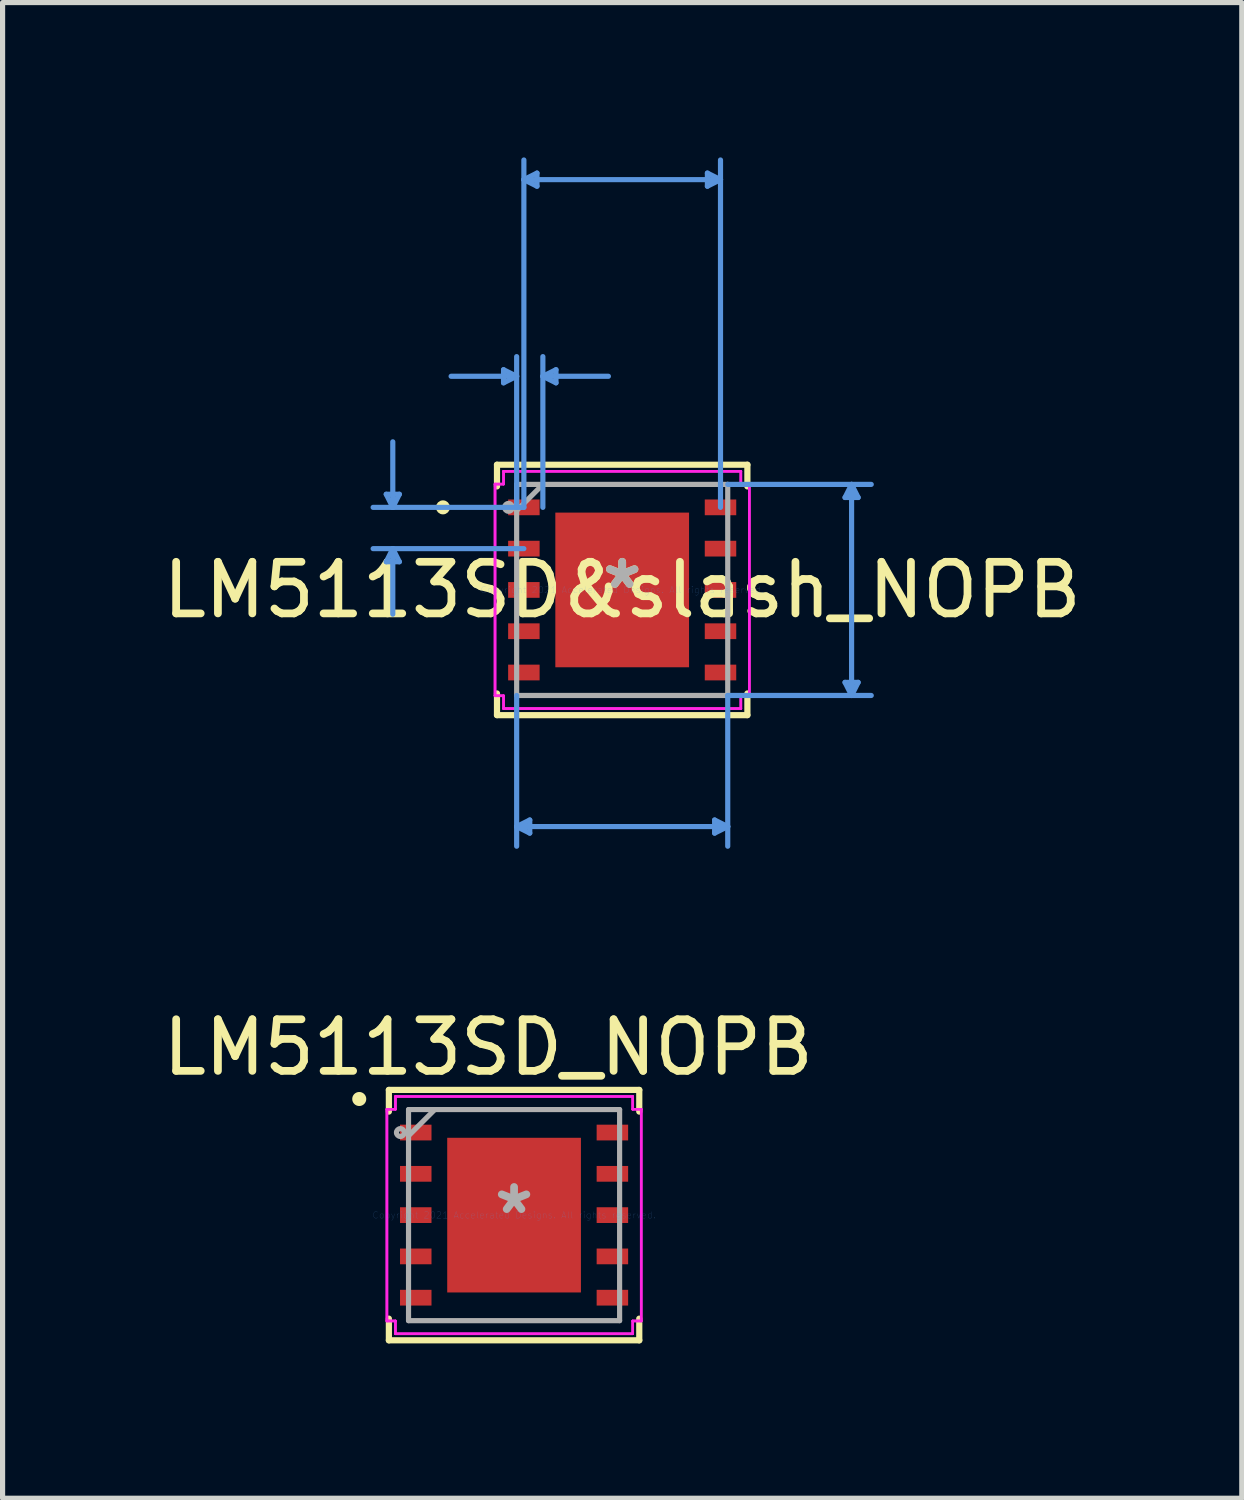
<source format=kicad_pcb>
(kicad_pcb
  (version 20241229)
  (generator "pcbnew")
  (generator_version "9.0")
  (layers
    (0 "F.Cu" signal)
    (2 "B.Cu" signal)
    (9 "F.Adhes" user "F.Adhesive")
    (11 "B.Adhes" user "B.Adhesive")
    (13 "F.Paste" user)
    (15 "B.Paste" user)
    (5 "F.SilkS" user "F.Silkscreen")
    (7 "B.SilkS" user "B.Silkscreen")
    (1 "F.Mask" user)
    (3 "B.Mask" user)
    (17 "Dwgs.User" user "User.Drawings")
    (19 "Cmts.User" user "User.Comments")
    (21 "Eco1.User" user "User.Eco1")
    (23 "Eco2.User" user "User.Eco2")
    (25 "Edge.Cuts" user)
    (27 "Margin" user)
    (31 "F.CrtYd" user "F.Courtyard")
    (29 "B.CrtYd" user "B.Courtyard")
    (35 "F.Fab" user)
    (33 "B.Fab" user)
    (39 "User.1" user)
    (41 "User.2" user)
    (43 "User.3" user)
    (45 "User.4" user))
  (footprint "LM5113SD_NOPB"
    (layer "F.Cu")
    (at 6.911 20.495)
    (property "Reference" "LM5113SD_NOPB" (at -0.5 -3.25 0) (layer "F.SilkS") (effects (font (size 1 1) (thickness 0.15))))
    (attr through_hole)
    (fp_line (start -2.426 -2.426) (end -2.426 -2.006) (stroke (width 0.12) (type solid)) (layer "F.SilkS"))
    (fp_line (start -2.426 2.006) (end -2.426 2.426) (stroke (width 0.12) (type solid)) (layer "F.SilkS"))
    (fp_line (start -2.426 2.426) (end 2.426 2.426) (stroke (width 0.12) (type solid)) (layer "F.SilkS"))
    (fp_line (start 2.426 -2.426) (end -2.426 -2.426) (stroke (width 0.12) (type solid)) (layer "F.SilkS"))
    (fp_line (start 2.426 -2.006) (end 2.426 -2.426) (stroke (width 0.12) (type solid)) (layer "F.SilkS"))
    (fp_line (start 2.426 2.426) (end 2.426 2.006) (stroke (width 0.12) (type solid)) (layer "F.SilkS"))
    (fp_circle (center -3 -2.25) (end -2.924 -2.25) (stroke (width 0.12) (type solid)) (fill yes) (layer "F.SilkS"))
    (fp_poly (pts (xy -2.413 -1.752) (xy -2.413 -1.448) (xy -1.803 -1.448) (xy -1.803 -1.752)) (stroke (width 0.1) (type solid)) (fill yes) (layer "F.Paste"))
    (fp_poly (pts (xy -2.413 -0.952) (xy -2.413 -0.648) (xy -1.803 -0.648) (xy -1.803 -0.952)) (stroke (width 0.1) (type solid)) (fill yes) (layer "F.Paste"))
    (fp_poly (pts (xy -2.413 -0.152) (xy -2.413 0.152) (xy -1.803 0.152) (xy -1.803 -0.152)) (stroke (width 0.1) (type solid)) (fill yes) (layer "F.Paste"))
    (fp_poly (pts (xy -2.413 0.648) (xy -2.413 0.952) (xy -1.803 0.952) (xy -1.803 0.648)) (stroke (width 0.1) (type solid)) (fill yes) (layer "F.Paste"))
    (fp_poly (pts (xy -2.413 1.448) (xy -2.413 1.752) (xy -1.803 1.752) (xy -1.803 1.448)) (stroke (width 0.1) (type solid)) (fill yes) (layer "F.Paste"))
    (fp_poly (pts (xy -1.192 -1.395) (xy -1.192 -0.1) (xy -0.1 -0.1) (xy -0.1 -1.395)) (stroke (width 0.1) (type solid)) (fill yes) (layer "F.Paste"))
    (fp_poly (pts (xy -1.192 0.1) (xy -1.192 1.395) (xy -0.1 1.395) (xy -0.1 0.1)) (stroke (width 0.1) (type solid)) (fill yes) (layer "F.Paste"))
    (fp_poly (pts (xy 0.1 -1.395) (xy 0.1 -0.1) (xy 1.192 -0.1) (xy 1.192 -1.395)) (stroke (width 0.1) (type solid)) (fill yes) (layer "F.Paste"))
    (fp_poly (pts (xy 0.1 0.1) (xy 0.1 1.395) (xy 1.192 1.395) (xy 1.192 0.1)) (stroke (width 0.1) (type solid)) (fill yes) (layer "F.Paste"))
    (fp_poly (pts (xy 1.803 -1.752) (xy 1.803 -1.448) (xy 2.413 -1.448) (xy 2.413 -1.752)) (stroke (width 0.1) (type solid)) (fill yes) (layer "F.Paste"))
    (fp_poly (pts (xy 1.803 -0.952) (xy 1.803 -0.648) (xy 2.413 -0.648) (xy 2.413 -0.952)) (stroke (width 0.1) (type solid)) (fill yes) (layer "F.Paste"))
    (fp_poly (pts (xy 1.803 -0.152) (xy 1.803 0.152) (xy 2.413 0.152) (xy 2.413 -0.152)) (stroke (width 0.1) (type solid)) (fill yes) (layer "F.Paste"))
    (fp_poly (pts (xy 1.803 0.648) (xy 1.803 0.952) (xy 2.413 0.952) (xy 2.413 0.648)) (stroke (width 0.1) (type solid)) (fill yes) (layer "F.Paste"))
    (fp_poly (pts (xy 1.803 1.448) (xy 1.803 1.752) (xy 2.413 1.752) (xy 2.413 1.448)) (stroke (width 0.1) (type solid)) (fill yes) (layer "F.Paste"))
    (fp_line (start -2.464 -2.051) (end -2.299 -2.051) (stroke (width 0.05) (type solid)) (layer "F.CrtYd"))
    (fp_line (start -2.464 -2.051) (end -2.299 -2.051) (stroke (width 0.05) (type solid)) (layer "F.CrtYd"))
    (fp_line (start -2.464 2.051) (end -2.464 -2.051) (stroke (width 0.05) (type solid)) (layer "F.CrtYd"))
    (fp_line (start -2.464 2.051) (end -2.464 -2.051) (stroke (width 0.05) (type solid)) (layer "F.CrtYd"))
    (fp_line (start -2.464 2.051) (end -2.299 2.051) (stroke (width 0.05) (type solid)) (layer "F.CrtYd"))
    (fp_line (start -2.299 -2.299) (end 2.299 -2.299) (stroke (width 0.05) (type solid)) (layer "F.CrtYd"))
    (fp_line (start -2.299 -2.299) (end 2.299 -2.299) (stroke (width 0.05) (type solid)) (layer "F.CrtYd"))
    (fp_line (start -2.299 -2.051) (end -2.299 -2.299) (stroke (width 0.05) (type solid)) (layer "F.CrtYd"))
    (fp_line (start -2.299 -2.051) (end -2.299 -2.299) (stroke (width 0.05) (type solid)) (layer "F.CrtYd"))
    (fp_line (start -2.299 2.051) (end -2.464 2.051) (stroke (width 0.05) (type solid)) (layer "F.CrtYd"))
    (fp_line (start -2.299 2.299) (end -2.299 2.051) (stroke (width 0.05) (type solid)) (layer "F.CrtYd"))
    (fp_line (start -2.299 2.299) (end -2.299 2.051) (stroke (width 0.05) (type solid)) (layer "F.CrtYd"))
    (fp_line (start 2.299 -2.299) (end 2.299 -2.051) (stroke (width 0.05) (type solid)) (layer "F.CrtYd"))
    (fp_line (start 2.299 -2.299) (end 2.299 -2.051) (stroke (width 0.05) (type solid)) (layer "F.CrtYd"))
    (fp_line (start 2.299 -2.051) (end 2.464 -2.051) (stroke (width 0.05) (type solid)) (layer "F.CrtYd"))
    (fp_line (start 2.299 2.051) (end 2.299 2.299) (stroke (width 0.05) (type solid)) (layer "F.CrtYd"))
    (fp_line (start 2.299 2.051) (end 2.299 2.299) (stroke (width 0.05) (type solid)) (layer "F.CrtYd"))
    (fp_line (start 2.299 2.299) (end -2.299 2.299) (stroke (width 0.05) (type solid)) (layer "F.CrtYd"))
    (fp_line (start 2.299 2.299) (end -2.299 2.299) (stroke (width 0.05) (type solid)) (layer "F.CrtYd"))
    (fp_line (start 2.464 -2.051) (end 2.299 -2.051) (stroke (width 0.05) (type solid)) (layer "F.CrtYd"))
    (fp_line (start 2.464 -2.051) (end 2.464 2.051) (stroke (width 0.05) (type solid)) (layer "F.CrtYd"))
    (fp_line (start 2.464 -2.051) (end 2.464 2.051) (stroke (width 0.05) (type solid)) (layer "F.CrtYd"))
    (fp_line (start 2.464 2.051) (end 2.299 2.051) (stroke (width 0.05) (type solid)) (layer "F.CrtYd"))
    (fp_line (start 2.464 2.051) (end 2.299 2.051) (stroke (width 0.05) (type solid)) (layer "F.CrtYd"))
    (fp_line (start -2.045 -2.045) (end -2.045 2.045) (stroke (width 0.1) (type solid)) (layer "F.Fab"))
    (fp_line (start -2.045 2.045) (end 2.045 2.045) (stroke (width 0.1) (type solid)) (layer "F.Fab"))
    (fp_line (start -1.537 -2.045) (end -2.045 -1.537) (stroke (width 0.1) (type solid)) (layer "F.Fab"))
    (fp_line (start 2.045 -2.045) (end -2.045 -2.045) (stroke (width 0.1) (type solid)) (layer "F.Fab"))
    (fp_line (start 2.045 2.045) (end 2.045 -2.045) (stroke (width 0.1) (type solid)) (layer "F.Fab"))
    (fp_circle (center -2.203 -1.6) (end -2.127 -1.6) (stroke (width 0.1) (type solid)) (fill no) (layer "F.Fab"))
    (fp_text user "Copyright 2021 Accelerated Designs. All rights reserved." (at 0 0 0) (layer "Cmts.User") (effects (font (size 0.127 0.127) (thickness 0.002))))
    (fp_text user "*" (at 0 0 0) (layer "F.Fab") (effects (font (size 1 1) (thickness 0.15))))
    (pad "1" smd rect (at -1.905 -1.6) (size 0.61 0.305) (layers "F.Cu" "F.Mask"))
    (pad "2" smd rect (at -1.905 -0.8) (size 0.61 0.305) (layers "F.Cu" "F.Mask"))
    (pad "3" smd rect (at -1.905 0) (size 0.61 0.305) (layers "F.Cu" "F.Mask"))
    (pad "4" smd rect (at -1.905 0.8) (size 0.61 0.305) (layers "F.Cu" "F.Mask"))
    (pad "5" smd rect (at -1.905 1.6) (size 0.61 0.305) (layers "F.Cu" "F.Mask"))
    (pad "6" smd rect (at 1.905 1.6) (size 0.61 0.305) (layers "F.Cu" "F.Mask"))
    (pad "7" smd rect (at 1.905 0.8) (size 0.61 0.305) (layers "F.Cu" "F.Mask"))
    (pad "8" smd rect (at 1.905 0) (size 0.61 0.305) (layers "F.Cu" "F.Mask"))
    (pad "9" smd rect (at 1.905 -0.8) (size 0.61 0.305) (layers "F.Cu" "F.Mask"))
    (pad "10" smd rect (at 1.905 -1.6) (size 0.61 0.305) (layers "F.Cu" "F.Mask"))
    (pad "11" smd rect (at 0 0) (size 2.591 2.997) (layers "F.Cu" "F.Mask")))
  (footprint "LM5113SD&slash_NOPB"
    (layer "F.Cu")
    (at 9.006 8.381)
    (property "Reference" "LM5113SD&slash_NOPB" (at 0 0 0) (layer "F.SilkS") (effects (font (size 1 1) (thickness 0.15))))
    (attr through_hole)
    (fp_line (start -2.426 -2.426) (end -2.426 -2.006) (stroke (width 0.12) (type solid)) (layer "F.SilkS"))
    (fp_line (start -2.426 2.006) (end -2.426 2.426) (stroke (width 0.12) (type solid)) (layer "F.SilkS"))
    (fp_line (start -2.426 2.426) (end 2.426 2.426) (stroke (width 0.12) (type solid)) (layer "F.SilkS"))
    (fp_line (start 2.426 -2.426) (end -2.426 -2.426) (stroke (width 0.12) (type solid)) (layer "F.SilkS"))
    (fp_line (start 2.426 -2.006) (end 2.426 -2.426) (stroke (width 0.12) (type solid)) (layer "F.SilkS"))
    (fp_line (start 2.426 2.426) (end 2.426 2.006) (stroke (width 0.12) (type solid)) (layer "F.SilkS"))
    (fp_circle (center -3.473 -1.6) (end -3.397 -1.6) (stroke (width 0.12) (type solid)) (fill no) (layer "F.SilkS"))
    (fp_poly (pts (xy -2.413 -1.752) (xy -2.413 -1.448) (xy -1.803 -1.448) (xy -1.803 -1.752)) (stroke (width 0.1) (type solid)) (fill yes) (layer "F.Paste"))
    (fp_poly (pts (xy -2.413 -0.952) (xy -2.413 -0.648) (xy -1.803 -0.648) (xy -1.803 -0.952)) (stroke (width 0.1) (type solid)) (fill yes) (layer "F.Paste"))
    (fp_poly (pts (xy -2.413 -0.152) (xy -2.413 0.152) (xy -1.803 0.152) (xy -1.803 -0.152)) (stroke (width 0.1) (type solid)) (fill yes) (layer "F.Paste"))
    (fp_poly (pts (xy -2.413 0.648) (xy -2.413 0.952) (xy -1.803 0.952) (xy -1.803 0.648)) (stroke (width 0.1) (type solid)) (fill yes) (layer "F.Paste"))
    (fp_poly (pts (xy -2.413 1.448) (xy -2.413 1.752) (xy -1.803 1.752) (xy -1.803 1.448)) (stroke (width 0.1) (type solid)) (fill yes) (layer "F.Paste"))
    (fp_poly (pts (xy -1.192 -1.395) (xy -1.192 -0.1) (xy -0.1 -0.1) (xy -0.1 -1.395)) (stroke (width 0.1) (type solid)) (fill yes) (layer "F.Paste"))
    (fp_poly (pts (xy -1.192 0.1) (xy -1.192 1.395) (xy -0.1 1.395) (xy -0.1 0.1)) (stroke (width 0.1) (type solid)) (fill yes) (layer "F.Paste"))
    (fp_poly (pts (xy 0.1 -1.395) (xy 0.1 -0.1) (xy 1.192 -0.1) (xy 1.192 -1.395)) (stroke (width 0.1) (type solid)) (fill yes) (layer "F.Paste"))
    (fp_poly (pts (xy 0.1 0.1) (xy 0.1 1.395) (xy 1.192 1.395) (xy 1.192 0.1)) (stroke (width 0.1) (type solid)) (fill yes) (layer "F.Paste"))
    (fp_poly (pts (xy 1.803 -1.752) (xy 1.803 -1.448) (xy 2.413 -1.448) (xy 2.413 -1.752)) (stroke (width 0.1) (type solid)) (fill yes) (layer "F.Paste"))
    (fp_poly (pts (xy 1.803 -0.952) (xy 1.803 -0.648) (xy 2.413 -0.648) (xy 2.413 -0.952)) (stroke (width 0.1) (type solid)) (fill yes) (layer "F.Paste"))
    (fp_poly (pts (xy 1.803 -0.152) (xy 1.803 0.152) (xy 2.413 0.152) (xy 2.413 -0.152)) (stroke (width 0.1) (type solid)) (fill yes) (layer "F.Paste"))
    (fp_poly (pts (xy 1.803 0.648) (xy 1.803 0.952) (xy 2.413 0.952) (xy 2.413 0.648)) (stroke (width 0.1) (type solid)) (fill yes) (layer "F.Paste"))
    (fp_poly (pts (xy 1.803 1.448) (xy 1.803 1.752) (xy 2.413 1.752) (xy 2.413 1.448)) (stroke (width 0.1) (type solid)) (fill yes) (layer "F.Paste"))
    (fp_line (start -4.572 -1.854) (end -4.318 -1.854) (stroke (width 0.1) (type solid)) (layer "Cmts.User"))
    (fp_line (start -4.572 -0.546) (end -4.318 -0.546) (stroke (width 0.1) (type solid)) (layer "Cmts.User"))
    (fp_line (start -4.445 -1.6) (end -4.572 -1.854) (stroke (width 0.1) (type solid)) (layer "Cmts.User"))
    (fp_line (start -4.445 -1.6) (end -4.445 -2.87) (stroke (width 0.1) (type solid)) (layer "Cmts.User"))
    (fp_line (start -4.445 -1.6) (end -4.318 -1.854) (stroke (width 0.1) (type solid)) (layer "Cmts.User"))
    (fp_line (start -4.445 -0.8) (end -4.572 -0.546) (stroke (width 0.1) (type solid)) (layer "Cmts.User"))
    (fp_line (start -4.445 -0.8) (end -4.445 0.47) (stroke (width 0.1) (type solid)) (layer "Cmts.User"))
    (fp_line (start -4.445 -0.8) (end -4.318 -0.546) (stroke (width 0.1) (type solid)) (layer "Cmts.User"))
    (fp_line (start -2.299 -4.267) (end -2.299 -4.013) (stroke (width 0.1) (type solid)) (layer "Cmts.User"))
    (fp_line (start -2.045 -4.14) (end -3.315 -4.14) (stroke (width 0.1) (type solid)) (layer "Cmts.User"))
    (fp_line (start -2.045 -4.14) (end -2.299 -4.267) (stroke (width 0.1) (type solid)) (layer "Cmts.User"))
    (fp_line (start -2.045 -4.14) (end -2.299 -4.013) (stroke (width 0.1) (type solid)) (layer "Cmts.User"))
    (fp_line (start -2.045 -1.6) (end -2.045 -4.521) (stroke (width 0.1) (type solid)) (layer "Cmts.User"))
    (fp_line (start -2.045 2.045) (end -2.045 4.966) (stroke (width 0.1) (type solid)) (layer "Cmts.User"))
    (fp_line (start -2.045 4.585) (end -1.791 4.458) (stroke (width 0.1) (type solid)) (layer "Cmts.User"))
    (fp_line (start -2.045 4.585) (end -1.791 4.712) (stroke (width 0.1) (type solid)) (layer "Cmts.User"))
    (fp_line (start -2.045 4.585) (end 2.045 4.585) (stroke (width 0.1) (type solid)) (layer "Cmts.User"))
    (fp_line (start -1.905 -7.95) (end -1.651 -8.077) (stroke (width 0.1) (type solid)) (layer "Cmts.User"))
    (fp_line (start -1.905 -7.95) (end -1.651 -7.823) (stroke (width 0.1) (type solid)) (layer "Cmts.User"))
    (fp_line (start -1.905 -7.95) (end 1.905 -7.95) (stroke (width 0.1) (type solid)) (layer "Cmts.User"))
    (fp_line (start -1.905 -1.6) (end -4.826 -1.6) (stroke (width 0.1) (type solid)) (layer "Cmts.User"))
    (fp_line (start -1.905 -1.6) (end -1.905 -8.331) (stroke (width 0.1) (type solid)) (layer "Cmts.User"))
    (fp_line (start -1.905 -0.8) (end -4.826 -0.8) (stroke (width 0.1) (type solid)) (layer "Cmts.User"))
    (fp_line (start -1.791 4.458) (end -1.791 4.712) (stroke (width 0.1) (type solid)) (layer "Cmts.User"))
    (fp_line (start -1.651 -8.077) (end -1.651 -7.823) (stroke (width 0.1) (type solid)) (layer "Cmts.User"))
    (fp_line (start -1.537 -4.14) (end -1.283 -4.267) (stroke (width 0.1) (type solid)) (layer "Cmts.User"))
    (fp_line (start -1.537 -4.14) (end -1.283 -4.013) (stroke (width 0.1) (type solid)) (layer "Cmts.User"))
    (fp_line (start -1.537 -4.14) (end -0.267 -4.14) (stroke (width 0.1) (type solid)) (layer "Cmts.User"))
    (fp_line (start -1.537 -1.6) (end -1.537 -4.521) (stroke (width 0.1) (type solid)) (layer "Cmts.User"))
    (fp_line (start -1.283 -4.267) (end -1.283 -4.013) (stroke (width 0.1) (type solid)) (layer "Cmts.User"))
    (fp_line (start 1.651 -8.077) (end 1.651 -7.823) (stroke (width 0.1) (type solid)) (layer "Cmts.User"))
    (fp_line (start 1.791 4.458) (end 1.791 4.712) (stroke (width 0.1) (type solid)) (layer "Cmts.User"))
    (fp_line (start 1.905 -7.95) (end 1.651 -8.077) (stroke (width 0.1) (type solid)) (layer "Cmts.User"))
    (fp_line (start 1.905 -7.95) (end 1.651 -7.823) (stroke (width 0.1) (type solid)) (layer "Cmts.User"))
    (fp_line (start 1.905 -1.6) (end 1.905 -8.331) (stroke (width 0.1) (type solid)) (layer "Cmts.User"))
    (fp_line (start 2.045 -2.045) (end 4.826 -2.045) (stroke (width 0.1) (type solid)) (layer "Cmts.User"))
    (fp_line (start 2.045 2.045) (end 2.045 4.966) (stroke (width 0.1) (type solid)) (layer "Cmts.User"))
    (fp_line (start 2.045 2.045) (end 4.826 2.045) (stroke (width 0.1) (type solid)) (layer "Cmts.User"))
    (fp_line (start 2.045 4.585) (end 1.791 4.458) (stroke (width 0.1) (type solid)) (layer "Cmts.User"))
    (fp_line (start 2.045 4.585) (end 1.791 4.712) (stroke (width 0.1) (type solid)) (layer "Cmts.User"))
    (fp_line (start 4.318 -1.791) (end 4.572 -1.791) (stroke (width 0.1) (type solid)) (layer "Cmts.User"))
    (fp_line (start 4.318 1.791) (end 4.572 1.791) (stroke (width 0.1) (type solid)) (layer "Cmts.User"))
    (fp_line (start 4.445 -2.045) (end 4.318 -1.791) (stroke (width 0.1) (type solid)) (layer "Cmts.User"))
    (fp_line (start 4.445 -2.045) (end 4.445 2.045) (stroke (width 0.1) (type solid)) (layer "Cmts.User"))
    (fp_line (start 4.445 -2.045) (end 4.572 -1.791) (stroke (width 0.1) (type solid)) (layer "Cmts.User"))
    (fp_line (start 4.445 2.045) (end 4.318 1.791) (stroke (width 0.1) (type solid)) (layer "Cmts.User"))
    (fp_line (start 4.445 2.045) (end 4.572 1.791) (stroke (width 0.1) (type solid)) (layer "Cmts.User"))
    (fp_line (start -2.464 -2.051) (end -2.299 -2.051) (stroke (width 0.05) (type solid)) (layer "F.CrtYd"))
    (fp_line (start -2.464 -2.051) (end -2.299 -2.051) (stroke (width 0.05) (type solid)) (layer "F.CrtYd"))
    (fp_line (start -2.464 2.051) (end -2.464 -2.051) (stroke (width 0.05) (type solid)) (layer "F.CrtYd"))
    (fp_line (start -2.464 2.051) (end -2.464 -2.051) (stroke (width 0.05) (type solid)) (layer "F.CrtYd"))
    (fp_line (start -2.464 2.051) (end -2.299 2.051) (stroke (width 0.05) (type solid)) (layer "F.CrtYd"))
    (fp_line (start -2.299 -2.299) (end 2.299 -2.299) (stroke (width 0.05) (type solid)) (layer "F.CrtYd"))
    (fp_line (start -2.299 -2.299) (end 2.299 -2.299) (stroke (width 0.05) (type solid)) (layer "F.CrtYd"))
    (fp_line (start -2.299 -2.051) (end -2.299 -2.299) (stroke (width 0.05) (type solid)) (layer "F.CrtYd"))
    (fp_line (start -2.299 -2.051) (end -2.299 -2.299) (stroke (width 0.05) (type solid)) (layer "F.CrtYd"))
    (fp_line (start -2.299 2.051) (end -2.464 2.051) (stroke (width 0.05) (type solid)) (layer "F.CrtYd"))
    (fp_line (start -2.299 2.299) (end -2.299 2.051) (stroke (width 0.05) (type solid)) (layer "F.CrtYd"))
    (fp_line (start -2.299 2.299) (end -2.299 2.051) (stroke (width 0.05) (type solid)) (layer "F.CrtYd"))
    (fp_line (start 2.299 -2.299) (end 2.299 -2.051) (stroke (width 0.05) (type solid)) (layer "F.CrtYd"))
    (fp_line (start 2.299 -2.299) (end 2.299 -2.051) (stroke (width 0.05) (type solid)) (layer "F.CrtYd"))
    (fp_line (start 2.299 -2.051) (end 2.464 -2.051) (stroke (width 0.05) (type solid)) (layer "F.CrtYd"))
    (fp_line (start 2.299 2.051) (end 2.299 2.299) (stroke (width 0.05) (type solid)) (layer "F.CrtYd"))
    (fp_line (start 2.299 2.051) (end 2.299 2.299) (stroke (width 0.05) (type solid)) (layer "F.CrtYd"))
    (fp_line (start 2.299 2.299) (end -2.299 2.299) (stroke (width 0.05) (type solid)) (layer "F.CrtYd"))
    (fp_line (start 2.299 2.299) (end -2.299 2.299) (stroke (width 0.05) (type solid)) (layer "F.CrtYd"))
    (fp_line (start 2.464 -2.051) (end 2.299 -2.051) (stroke (width 0.05) (type solid)) (layer "F.CrtYd"))
    (fp_line (start 2.464 -2.051) (end 2.464 2.051) (stroke (width 0.05) (type solid)) (layer "F.CrtYd"))
    (fp_line (start 2.464 -2.051) (end 2.464 2.051) (stroke (width 0.05) (type solid)) (layer "F.CrtYd"))
    (fp_line (start 2.464 2.051) (end 2.299 2.051) (stroke (width 0.05) (type solid)) (layer "F.CrtYd"))
    (fp_line (start 2.464 2.051) (end 2.299 2.051) (stroke (width 0.05) (type solid)) (layer "F.CrtYd"))
    (fp_line (start -2.045 -2.045) (end -2.045 2.045) (stroke (width 0.1) (type solid)) (layer "F.Fab"))
    (fp_line (start -2.045 2.045) (end 2.045 2.045) (stroke (width 0.1) (type solid)) (layer "F.Fab"))
    (fp_line (start -1.537 -2.045) (end -2.045 -1.537) (stroke (width 0.1) (type solid)) (layer "F.Fab"))
    (fp_line (start 2.045 -2.045) (end -2.045 -2.045) (stroke (width 0.1) (type solid)) (layer "F.Fab"))
    (fp_line (start 2.045 2.045) (end 2.045 -2.045) (stroke (width 0.1) (type solid)) (layer "F.Fab"))
    (fp_circle (center -2.203 -1.6) (end -2.127 -1.6) (stroke (width 0.1) (type solid)) (fill no) (layer "F.Fab"))
    (fp_text user "*" (at 0 0 0) (layer "F.SilkS") (effects (font (size 1 1) (thickness 0.15))))
    (fp_text user "Copyright 2021 Accelerated Designs. All rights reserved." (at 0 0 0) (layer "Cmts.User") (effects (font (size 0.127 0.127) (thickness 0.002))))
    (fp_text user "*" (at 0 0 0) (layer "F.Fab") (effects (font (size 1 1) (thickness 0.15))))
    (pad "1" smd rect (at -1.905 -1.6) (size 0.61 0.305) (layers "F.Cu" "F.Mask"))
    (pad "2" smd rect (at -1.905 -0.8) (size 0.61 0.305) (layers "F.Cu" "F.Mask"))
    (pad "3" smd rect (at -1.905 0) (size 0.61 0.305) (layers "F.Cu" "F.Mask"))
    (pad "4" smd rect (at -1.905 0.8) (size 0.61 0.305) (layers "F.Cu" "F.Mask"))
    (pad "5" smd rect (at -1.905 1.6) (size 0.61 0.305) (layers "F.Cu" "F.Mask"))
    (pad "6" smd rect (at 1.905 1.6) (size 0.61 0.305) (layers "F.Cu" "F.Mask"))
    (pad "7" smd rect (at 1.905 0.8) (size 0.61 0.305) (layers "F.Cu" "F.Mask"))
    (pad "8" smd rect (at 1.905 0) (size 0.61 0.305) (layers "F.Cu" "F.Mask"))
    (pad "9" smd rect (at 1.905 -0.8) (size 0.61 0.305) (layers "F.Cu" "F.Mask"))
    (pad "10" smd rect (at 1.905 -1.6) (size 0.61 0.305) (layers "F.Cu" "F.Mask"))
    (pad "11" smd rect (at 0 0) (size 2.591 2.997) (layers "F.Cu" "F.Mask")))
  (gr_rect
    (start -3 -3)
    (end 21.012 25.981)
    (stroke (width 0.1) (type default))
    (fill no)
    (layer "Edge.Cuts")))
</source>
